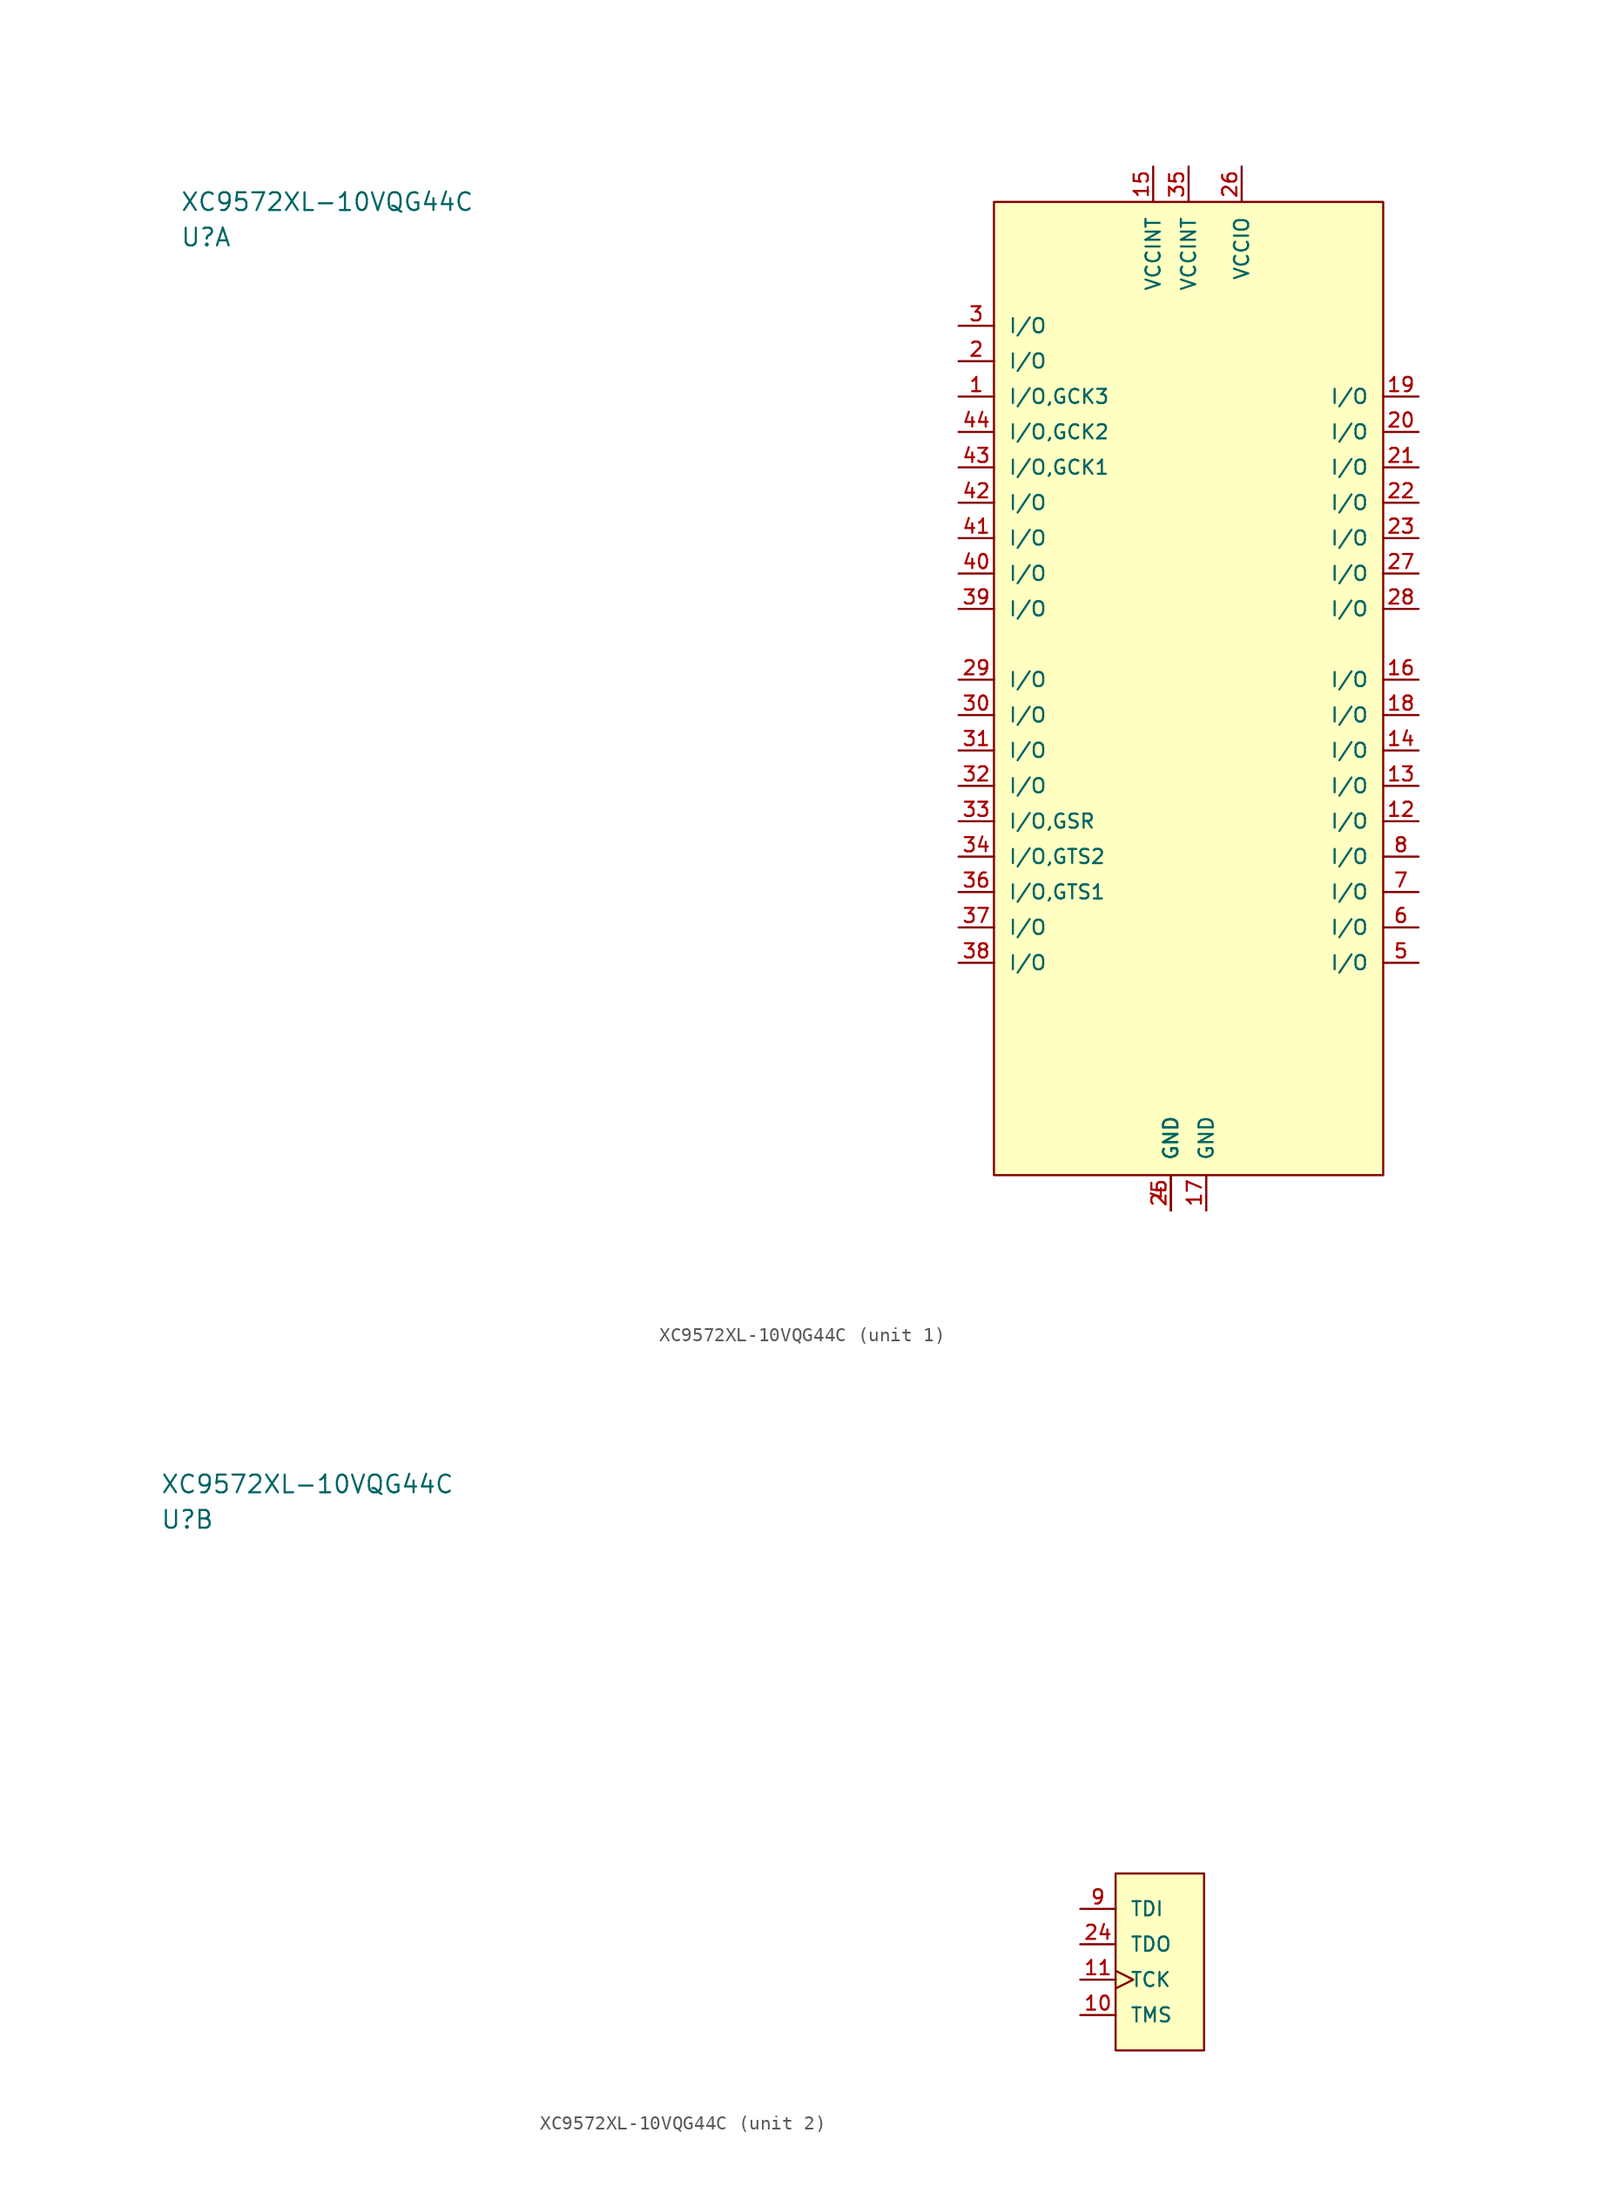
<source format=kicad_sym>
(kicad_symbol_lib
  (version 20210619)
  (generator kicad_symbol_editor)
  (symbol "XC9572XL-4VQG44C:XC9572XL-10VQG44C"
    (pin_names
      (offset 1.016))
    (property "Reference" "U"
      (at -72.39 31.75 0)
      (effects (font (size 1.27 1.27)) (justify left)))
    (property "Value" "XC9572XL-10VQG44C"
      (at -72.39 34.29 0)
      (effects (font (size 1.27 1.27)) (justify left)))
    (property "ki_locked" ""
      (at 0 0 0)
      (effects (font (size 1.27 1.27))))
    (symbol "XC9572XL-10VQG44C_1_1"
      (rectangle (start -13.97 34.29) (end 13.97 -35.56) (stroke (width 0)) (fill (type background)))
      (pin bidirectional line (at -16.51 20.32 0) (length 2.54) (name "I/O,GCK3" (effects (font (size 1.016 1.016)))) (number "1" (effects (font (size 1.016 1.016)))))
      (pin bidirectional line (at 16.51 -10.16 180) (length 2.54) (name "I/O" (effects (font (size 1.016 1.016)))) (number "12" (effects (font (size 1.016 1.016)))))
      (pin bidirectional line (at 16.51 -7.62 180) (length 2.54) (name "I/O" (effects (font (size 1.016 1.016)))) (number "13" (effects (font (size 1.016 1.016)))))
      (pin bidirectional line (at 16.51 -5.08 180) (length 2.54) (name "I/O" (effects (font (size 1.016 1.016)))) (number "14" (effects (font (size 1.016 1.016)))))
      (pin power_in line (at -2.54 36.83 270) (length 2.54) (name "VCCINT" (effects (font (size 1.016 1.016)))) (number "15" (effects (font (size 1.016 1.016)))))
      (pin bidirectional line (at 16.51 0 180) (length 2.54) (name "I/O" (effects (font (size 1.016 1.016)))) (number "16" (effects (font (size 1.016 1.016)))))
      (pin power_in line (at 1.27 -38.1 90) (length 2.54) (name "GND" (effects (font (size 1.016 1.016)))) (number "17" (effects (font (size 1.016 1.016)))))
      (pin bidirectional line (at 16.51 -2.54 180) (length 2.54) (name "I/O" (effects (font (size 1.016 1.016)))) (number "18" (effects (font (size 1.016 1.016)))))
      (pin bidirectional line (at 16.51 20.32 180) (length 2.54) (name "I/O" (effects (font (size 1.016 1.016)))) (number "19" (effects (font (size 1.016 1.016)))))
      (pin bidirectional line (at -16.51 22.86 0) (length 2.54) (name "I/O" (effects (font (size 1.016 1.016)))) (number "2" (effects (font (size 1.016 1.016)))))
      (pin bidirectional line (at 16.51 17.78 180) (length 2.54) (name "I/O" (effects (font (size 1.016 1.016)))) (number "20" (effects (font (size 1.016 1.016)))))
      (pin bidirectional line (at 16.51 15.24 180) (length 2.54) (name "I/O" (effects (font (size 1.016 1.016)))) (number "21" (effects (font (size 1.016 1.016)))))
      (pin bidirectional line (at 16.51 12.7 180) (length 2.54) (name "I/O" (effects (font (size 1.016 1.016)))) (number "22" (effects (font (size 1.016 1.016)))))
      (pin bidirectional line (at 16.51 10.16 180) (length 2.54) (name "I/O" (effects (font (size 1.016 1.016)))) (number "23" (effects (font (size 1.016 1.016)))))
      (pin power_in line (at -1.27 -38.1 90) (length 2.54) (name "GND" (effects (font (size 1.016 1.016)))) (number "25" (effects (font (size 1.016 1.016)))))
      (pin power_in line (at 3.81 36.83 270) (length 2.54) (name "VCCIO" (effects (font (size 1.016 1.016)))) (number "26" (effects (font (size 1.016 1.016)))))
      (pin bidirectional line (at 16.51 7.62 180) (length 2.54) (name "I/O" (effects (font (size 1.016 1.016)))) (number "27" (effects (font (size 1.016 1.016)))))
      (pin bidirectional line (at 16.51 5.08 180) (length 2.54) (name "I/O" (effects (font (size 1.016 1.016)))) (number "28" (effects (font (size 1.016 1.016)))))
      (pin bidirectional line (at -16.51 0 0) (length 2.54) (name "I/O" (effects (font (size 1.016 1.016)))) (number "29" (effects (font (size 1.016 1.016)))))
      (pin bidirectional line (at -16.51 25.4 0) (length 2.54) (name "I/O" (effects (font (size 1.016 1.016)))) (number "3" (effects (font (size 1.016 1.016)))))
      (pin bidirectional line (at -16.51 -2.54 0) (length 2.54) (name "I/O" (effects (font (size 1.016 1.016)))) (number "30" (effects (font (size 1.016 1.016)))))
      (pin bidirectional line (at -16.51 -5.08 0) (length 2.54) (name "I/O" (effects (font (size 1.016 1.016)))) (number "31" (effects (font (size 1.016 1.016)))))
      (pin bidirectional line (at -16.51 -7.62 0) (length 2.54) (name "I/O" (effects (font (size 1.016 1.016)))) (number "32" (effects (font (size 1.016 1.016)))))
      (pin bidirectional line (at -16.51 -10.16 0) (length 2.54) (name "I/O,GSR" (effects (font (size 1.016 1.016)))) (number "33" (effects (font (size 1.016 1.016)))))
      (pin bidirectional line (at -16.51 -12.7 0) (length 2.54) (name "I/O,GTS2" (effects (font (size 1.016 1.016)))) (number "34" (effects (font (size 1.016 1.016)))))
      (pin power_in line (at 0 36.83 270) (length 2.54) (name "VCCINT" (effects (font (size 1.016 1.016)))) (number "35" (effects (font (size 1.016 1.016)))))
      (pin bidirectional line (at -16.51 -15.24 0) (length 2.54) (name "I/O,GTS1" (effects (font (size 1.016 1.016)))) (number "36" (effects (font (size 1.016 1.016)))))
      (pin bidirectional line (at -16.51 -17.78 0) (length 2.54) (name "I/O" (effects (font (size 1.016 1.016)))) (number "37" (effects (font (size 1.016 1.016)))))
      (pin bidirectional line (at -16.51 -20.32 0) (length 2.54) (name "I/O" (effects (font (size 1.016 1.016)))) (number "38" (effects (font (size 1.016 1.016)))))
      (pin bidirectional line (at -16.51 5.08 0) (length 2.54) (name "I/O" (effects (font (size 1.016 1.016)))) (number "39" (effects (font (size 1.016 1.016)))))
      (pin power_in line (at -1.27 -38.1 90) (length 2.54) (name "GND" (effects (font (size 1.016 1.016)))) (number "4" (effects (font (size 1.016 1.016)))))
      (pin bidirectional line (at -16.51 7.62 0) (length 2.54) (name "I/O" (effects (font (size 1.016 1.016)))) (number "40" (effects (font (size 1.016 1.016)))))
      (pin bidirectional line (at -16.51 10.16 0) (length 2.54) (name "I/O" (effects (font (size 1.016 1.016)))) (number "41" (effects (font (size 1.016 1.016)))))
      (pin bidirectional line (at -16.51 12.7 0) (length 2.54) (name "I/O" (effects (font (size 1.016 1.016)))) (number "42" (effects (font (size 1.016 1.016)))))
      (pin bidirectional line (at -16.51 15.24 0) (length 2.54) (name "I/O,GCK1" (effects (font (size 1.016 1.016)))) (number "43" (effects (font (size 1.016 1.016)))))
      (pin bidirectional line (at -16.51 17.78 0) (length 2.54) (name "I/O,GCK2" (effects (font (size 1.016 1.016)))) (number "44" (effects (font (size 1.016 1.016)))))
      (pin bidirectional line (at 16.51 -20.32 180) (length 2.54) (name "I/O" (effects (font (size 1.016 1.016)))) (number "5" (effects (font (size 1.016 1.016)))))
      (pin bidirectional line (at 16.51 -17.78 180) (length 2.54) (name "I/O" (effects (font (size 1.016 1.016)))) (number "6" (effects (font (size 1.016 1.016)))))
      (pin bidirectional line (at 16.51 -15.24 180) (length 2.54) (name "I/O" (effects (font (size 1.016 1.016)))) (number "7" (effects (font (size 1.016 1.016)))))
      (pin bidirectional line (at 16.51 -12.7 180) (length 2.54) (name "I/O" (effects (font (size 1.016 1.016)))) (number "8" (effects (font (size 1.016 1.016))))))
    (symbol "XC9572XL-10VQG44C_2_1"
      (rectangle (start -3.81 6.35) (end 2.54 -6.35) (stroke (width 0.152)) (fill (type background)))
      (pin input line (at -6.35 -3.81 0) (length 2.54) (name "TMS" (effects (font (size 1.016 1.016)))) (number "10" (effects (font (size 1.016 1.016)))))
      (pin input clock (at -6.35 -1.27 0) (length 2.54) (name "TCK" (effects (font (size 1.016 1.016)))) (number "11" (effects (font (size 1.016 1.016)))))
      (pin output line (at -6.35 1.27 0) (length 2.54) (name "TDO" (effects (font (size 1.016 1.016)))) (number "24" (effects (font (size 1.016 1.016)))))
      (pin input line (at -6.35 3.81 0) (length 2.54) (name "TDI" (effects (font (size 1.016 1.016)))) (number "9" (effects (font (size 1.016 1.016))))))))
</source>
